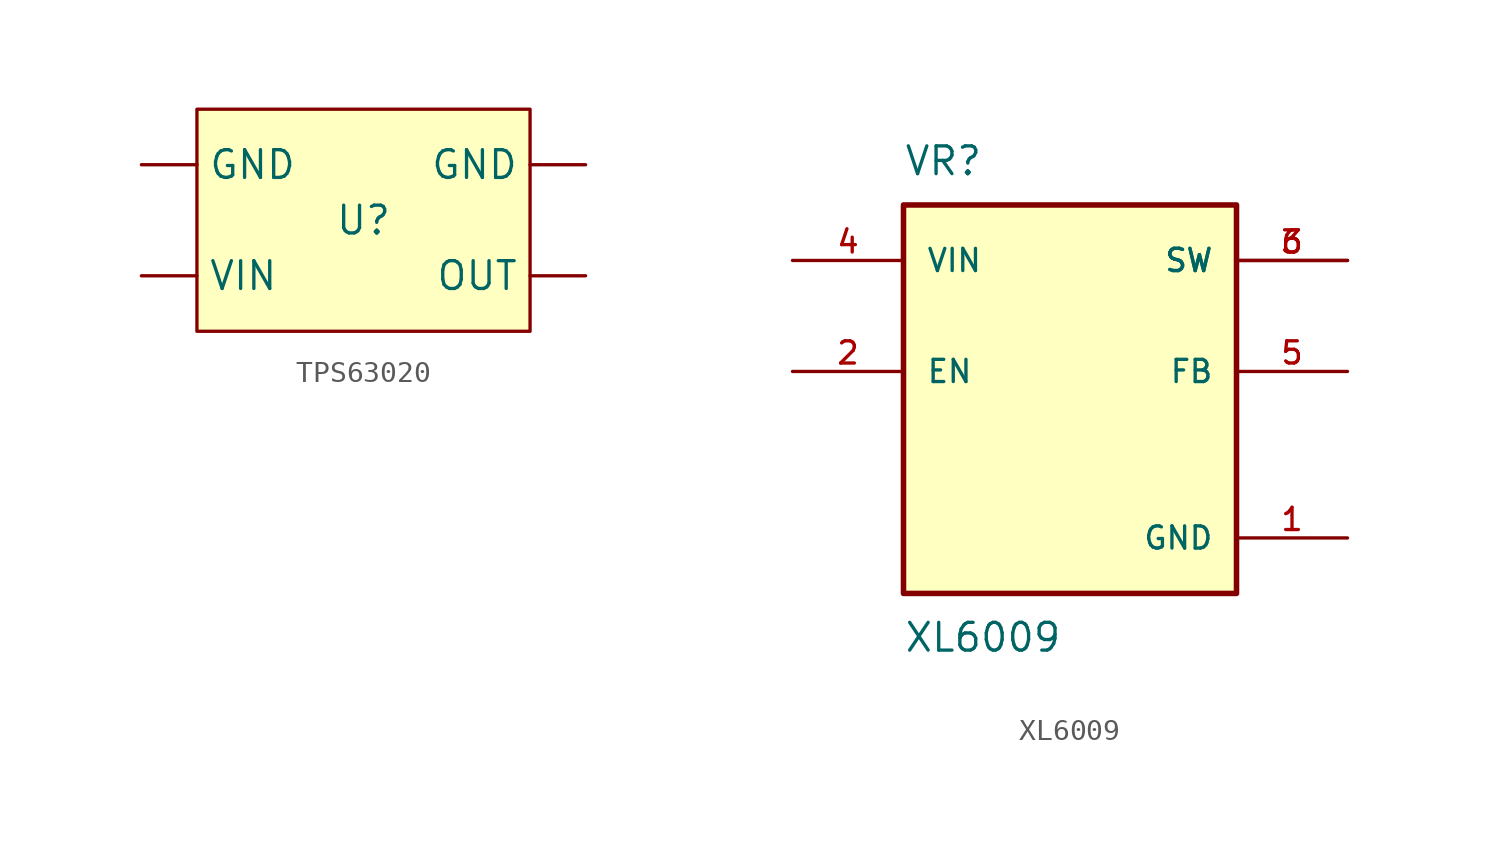
<source format=kicad_sym>
(kicad_symbol_lib
  (version 20241209)
  (generator "kicad_symbol_editor")
  (generator_version "9.0")
  (symbol "TPS63020"
    (property "Reference" "U"
      (at 0 0 0)
      (effects (font (size 1.27 1.27))))
    (property "Value" ""
      (at 0 0 0)
      (effects (font (size 1.27 1.27))))
    (symbol "TPS63020_0_1"
      (rectangle (start -7.62 5.08) (end 7.62 -5.08) (stroke (width 0) (type default)) (fill (type background))))
    (symbol "TPS63020_1_1"
      (pin input line (at -10.16 2.54 0) (length 2.54) (name "GND" (effects (font (size 1.27 1.27)))) (number "" (effects (font (size 1.27 1.27)))))
      (pin input line (at -10.16 -2.54 0) (length 2.54) (name "VIN" (effects (font (size 1.27 1.27)))) (number "" (effects (font (size 1.27 1.27)))))
      (pin output line (at 10.16 2.54 180) (length 2.54) (name "GND" (effects (font (size 1.27 1.27)))) (number "" (effects (font (size 1.27 1.27)))))
      (pin output line (at 10.16 -2.54 180) (length 2.54) (name "OUT" (effects (font (size 1.27 1.27)))) (number "" (effects (font (size 1.27 1.27)))))))
  (symbol "XL6009"
    (pin_names
      (offset 1.016))
    (property "Reference" "VR"
      (at -7.62 8.89 0)
      (effects (font (size 1.27 1.27)) (justify left bottom)))
    (property "Value" "XL6009"
      (at -7.62 -11.43 0)
      (effects (font (size 1.27 1.27)) (justify left top)))
    (symbol "XL6009_0_0"
      (rectangle (start -7.62 -10.16) (end 7.62 7.62) (stroke (width 0.254) (type default)) (fill (type background)))
      (pin input line (at -12.7 5.08 0) (length 5.08) (name "VIN" (effects (font (size 1.016 1.016)))) (number "4" (effects (font (size 1.016 1.016)))))
      (pin input line (at -12.7 0 0) (length 5.08) (name "EN" (effects (font (size 1.016 1.016)))) (number "2" (effects (font (size 1.016 1.016)))))
      (pin output line (at 12.7 5.08 180) (length 5.08) (name "SW" (effects (font (size 1.016 1.016)))) (number "3" (effects (font (size 1.016 1.016)))))
      (pin output line (at 12.7 5.08 180) (length 5.08) (name "SW" (effects (font (size 1.016 1.016)))) (number "6" (effects (font (size 1.016 1.016)))))
      (pin input line (at 12.7 0 180) (length 5.08) (name "FB" (effects (font (size 1.016 1.016)))) (number "5" (effects (font (size 1.016 1.016)))))
      (pin power_in line (at 12.7 -7.62 180) (length 5.08) (name "GND" (effects (font (size 1.016 1.016)))) (number "1" (effects (font (size 1.016 1.016))))))))
</source>
